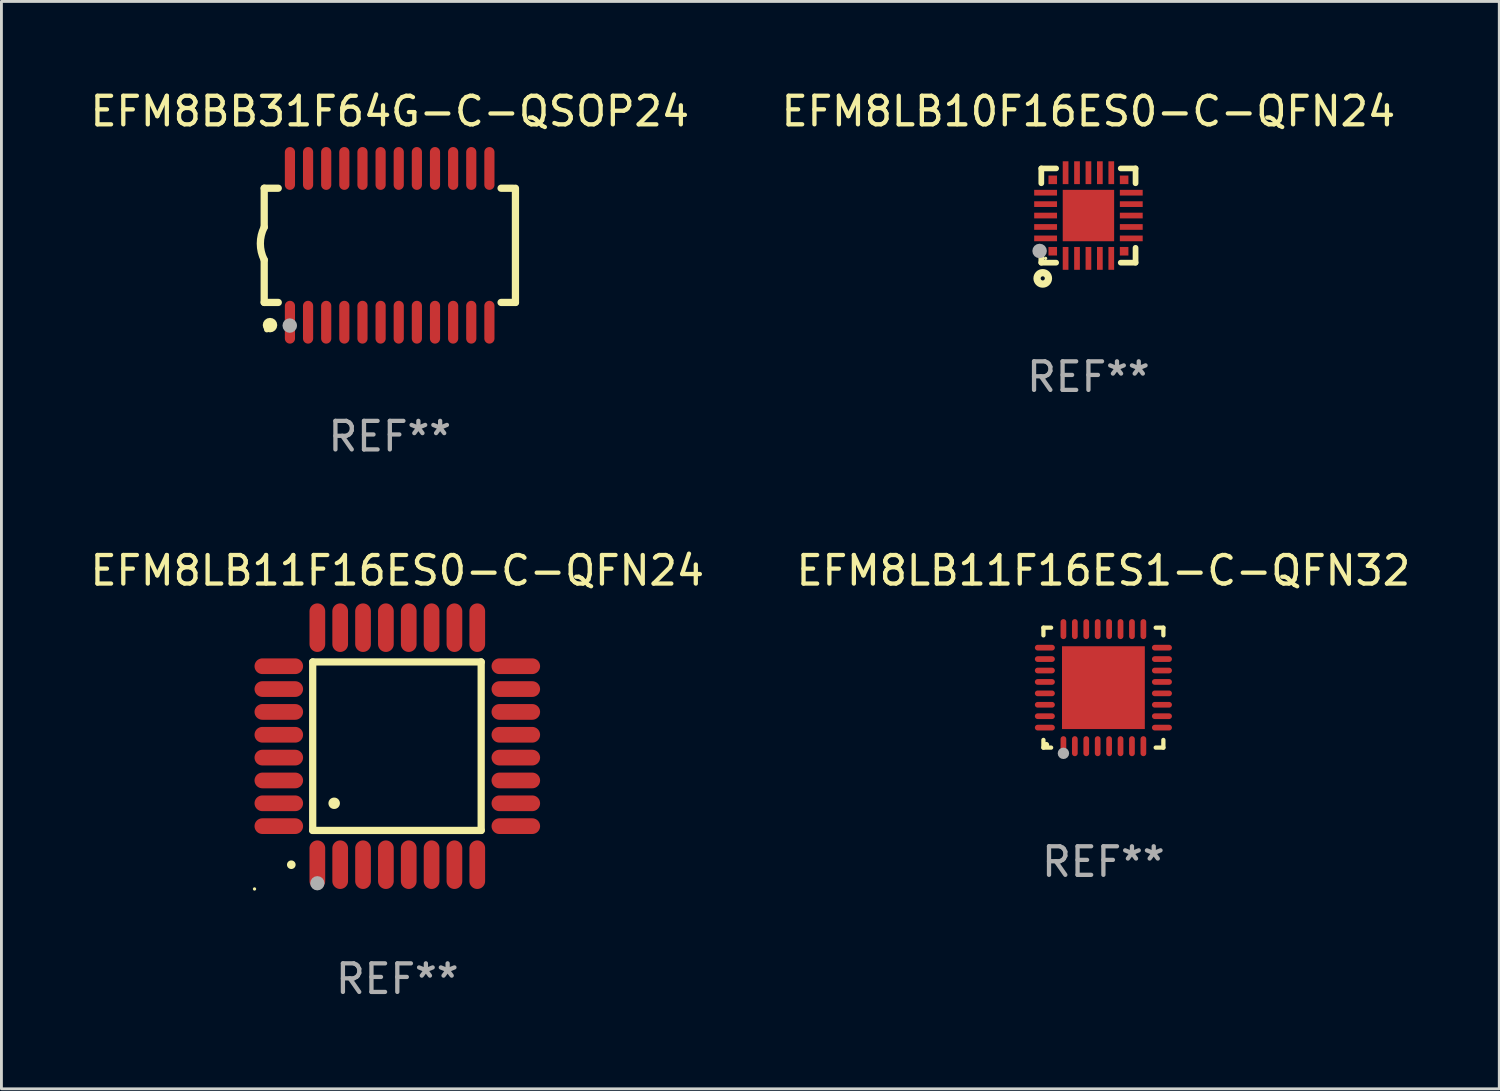
<source format=kicad_pcb>
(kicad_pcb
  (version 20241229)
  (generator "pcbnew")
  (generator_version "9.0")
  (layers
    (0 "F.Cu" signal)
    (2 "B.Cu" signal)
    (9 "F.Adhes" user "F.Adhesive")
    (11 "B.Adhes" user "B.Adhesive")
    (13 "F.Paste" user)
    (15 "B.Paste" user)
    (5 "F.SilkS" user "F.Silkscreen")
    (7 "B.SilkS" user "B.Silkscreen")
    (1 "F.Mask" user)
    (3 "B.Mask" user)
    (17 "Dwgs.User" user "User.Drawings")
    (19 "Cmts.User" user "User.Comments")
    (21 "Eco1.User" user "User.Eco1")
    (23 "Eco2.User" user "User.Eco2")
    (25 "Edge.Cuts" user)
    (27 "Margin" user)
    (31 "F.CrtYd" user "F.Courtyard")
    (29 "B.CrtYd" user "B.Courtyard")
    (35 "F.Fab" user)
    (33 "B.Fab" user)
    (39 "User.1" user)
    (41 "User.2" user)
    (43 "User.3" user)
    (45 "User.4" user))
  (footprint "EFM8LB10F16ES0-C-QFN24"
    (layer "F.Cu")
    (at 35.065 4.498)
    (property "Reference" "EFM8LB10F16ES0-C-QFN24" (at 0 -3.65 0) (layer "F.SilkS") (effects (font (size 1 1) (thickness 0.15))))
    (attr through_hole)
    (fp_line (start -1.65 -1.65) (end -1.65 -1.131) (stroke (width 0.2) (type solid)) (layer "F.SilkS"))
    (fp_line (start -1.65 -1.65) (end -1.131 -1.65) (stroke (width 0.2) (type solid)) (layer "F.SilkS"))
    (fp_line (start -1.65 1.131) (end -1.65 1.65) (stroke (width 0.2) (type solid)) (layer "F.SilkS"))
    (fp_line (start -1.65 1.65) (end -1.131 1.65) (stroke (width 0.2) (type solid)) (layer "F.SilkS"))
    (fp_line (start 1.131 -1.65) (end 1.65 -1.65) (stroke (width 0.2) (type solid)) (layer "F.SilkS"))
    (fp_line (start 1.131 1.65) (end 1.65 1.65) (stroke (width 0.2) (type solid)) (layer "F.SilkS"))
    (fp_line (start 1.65 -1.65) (end 1.65 -1.131) (stroke (width 0.2) (type solid)) (layer "F.SilkS"))
    (fp_line (start 1.65 1.131) (end 1.65 1.65) (stroke (width 0.2) (type solid)) (layer "F.SilkS"))
    (fp_circle (center -1.6 2.2) (end -1.4 2.2) (stroke (width 0.254) (type solid)) (fill no) (layer "F.SilkS"))
    (fp_circle (center -1.5 1.5) (end -1.47 1.5) (stroke (width 0.06) (type solid)) (fill no) (layer "F.SilkS"))
    (fp_circle (center -1.71 1.24) (end -1.583 1.24) (stroke (width 0.254) (type solid)) (fill no) (layer "F.Fab"))
    (fp_text user "REF**" (at 0 5.65 0) (layer "F.Fab") (effects (font (size 1 1) (thickness 0.15))))
    (pad "1" smd rect (at -1.25 1.25 90) (size 0.3 0.3) (layers "F.Cu" "F.Mask" "F.Paste"))
    (pad "2" smd rect (at -0.8 1.5) (size 0.2 0.8) (layers "F.Cu" "F.Mask" "F.Paste"))
    (pad "3" smd rect (at -0.4 1.5) (size 0.2 0.8) (layers "F.Cu" "F.Mask" "F.Paste"))
    (pad "4" smd rect (at 0.000051 1.5) (size 0.2 0.8) (layers "F.Cu" "F.Mask" "F.Paste"))
    (pad "5" smd rect (at 0.4 1.5) (size 0.2 0.8) (layers "F.Cu" "F.Mask" "F.Paste"))
    (pad "6" smd rect (at 0.8 1.5) (size 0.2 0.8) (layers "F.Cu" "F.Mask" "F.Paste"))
    (pad "7" smd rect (at 1.25 1.25 90) (size 0.3 0.3) (layers "F.Cu" "F.Mask" "F.Paste"))
    (pad "8" smd rect (at 1.5 0.8) (size 0.8 0.2) (layers "F.Cu" "F.Mask" "F.Paste"))
    (pad "9" smd rect (at 1.5 0.4) (size 0.8 0.2) (layers "F.Cu" "F.Mask" "F.Paste"))
    (pad "10" smd rect (at 1.5 0.000051) (size 0.8 0.2) (layers "F.Cu" "F.Mask" "F.Paste"))
    (pad "11" smd rect (at 1.5 -0.4) (size 0.8 0.2) (layers "F.Cu" "F.Mask" "F.Paste"))
    (pad "12" smd rect (at 1.5 -0.8) (size 0.8 0.2) (layers "F.Cu" "F.Mask" "F.Paste"))
    (pad "13" smd rect (at 1.25 -1.25 270) (size 0.3 0.3) (layers "F.Cu" "F.Mask" "F.Paste"))
    (pad "14" smd rect (at 0.8 -1.5) (size 0.2 0.8) (layers "F.Cu" "F.Mask" "F.Paste"))
    (pad "15" smd rect (at 0.4 -1.5) (size 0.2 0.8) (layers "F.Cu" "F.Mask" "F.Paste"))
    (pad "16" smd rect (at 0.000051 -1.5) (size 0.2 0.8) (layers "F.Cu" "F.Mask" "F.Paste"))
    (pad "17" smd rect (at -0.4 -1.5) (size 0.2 0.8) (layers "F.Cu" "F.Mask" "F.Paste"))
    (pad "18" smd rect (at -0.8 -1.5) (size 0.2 0.8) (layers "F.Cu" "F.Mask" "F.Paste"))
    (pad "19" smd rect (at -1.25 -1.25 90) (size 0.3 0.3) (layers "F.Cu" "F.Mask" "F.Paste"))
    (pad "20" smd rect (at -1.5 -0.8) (size 0.8 0.2) (layers "F.Cu" "F.Mask" "F.Paste"))
    (pad "21" smd rect (at -1.5 -0.4) (size 0.8 0.2) (layers "F.Cu" "F.Mask" "F.Paste"))
    (pad "22" smd rect (at -1.5 0.000051) (size 0.8 0.2) (layers "F.Cu" "F.Mask" "F.Paste"))
    (pad "23" smd rect (at -1.5 0.4) (size 0.8 0.2) (layers "F.Cu" "F.Mask" "F.Paste"))
    (pad "24" smd rect (at -1.5 0.8 180) (size 0.8 0.2) (layers "F.Cu" "F.Mask" "F.Paste"))
    (pad "25" smd rect (at 0.000051 0.000051) (size 1.8 1.8) (layers "F.Cu" "F.Mask" "F.Paste")))
  (footprint "EFM8LB11F16ES1-C-QFN32"
    (layer "F.Cu")
    (at 35.589 21.03)
    (property "Reference" "EFM8LB11F16ES1-C-QFN32" (at 0 -4.1 0) (layer "F.SilkS") (effects (font (size 1 1) (thickness 0.15))))
    (attr through_hole)
    (fp_line (start -2.1 -2.1) (end -1.831 -2.1) (stroke (width 0.15) (type solid)) (layer "F.SilkS"))
    (fp_line (start -2.1 -1.831) (end -2.1 -2.1) (stroke (width 0.15) (type solid)) (layer "F.SilkS"))
    (fp_line (start -2.1 2.1) (end -2.1 1.831) (stroke (width 0.15) (type solid)) (layer "F.SilkS"))
    (fp_line (start -1.831 2.1) (end -2.1 2.1) (stroke (width 0.15) (type solid)) (layer "F.SilkS"))
    (fp_line (start 1.831 -2.1) (end 2.1 -2.1) (stroke (width 0.15) (type solid)) (layer "F.SilkS"))
    (fp_line (start 2.1 -2.1) (end 2.1 -1.831) (stroke (width 0.15) (type solid)) (layer "F.SilkS"))
    (fp_line (start 2.1 1.831) (end 2.1 2.1) (stroke (width 0.15) (type solid)) (layer "F.SilkS"))
    (fp_line (start 2.1 2.1) (end 1.831 2.1) (stroke (width 0.15) (type solid)) (layer "F.SilkS"))
    (fp_circle (center -2 2) (end -1.95 2) (stroke (width 0.1) (type solid)) (fill no) (layer "F.SilkS"))
    (fp_circle (center -1.4 2.3) (end -1.3 2.3) (stroke (width 0.2) (type solid)) (fill no) (layer "F.Fab"))
    (fp_text user "REF**" (at 0 6.1 0) (layer "F.Fab") (effects (font (size 1 1) (thickness 0.15))))
    (pad "1" smd oval (at -1.4 2.05) (size 0.2 0.7) (layers "F.Cu" "F.Mask" "F.Paste"))
    (pad "2" smd oval (at -1 2.05) (size 0.2 0.7) (layers "F.Cu" "F.Mask" "F.Paste"))
    (pad "3" smd oval (at -0.6 2.05) (size 0.2 0.7) (layers "F.Cu" "F.Mask" "F.Paste"))
    (pad "4" smd oval (at -0.2 2.05) (size 0.2 0.7) (layers "F.Cu" "F.Mask" "F.Paste"))
    (pad "5" smd oval (at 0.2 2.05) (size 0.2 0.7) (layers "F.Cu" "F.Mask" "F.Paste"))
    (pad "6" smd oval (at 0.6 2.05) (size 0.2 0.7) (layers "F.Cu" "F.Mask" "F.Paste"))
    (pad "7" smd oval (at 1 2.05) (size 0.2 0.7) (layers "F.Cu" "F.Mask" "F.Paste"))
    (pad "8" smd oval (at 1.4 2.05) (size 0.2 0.7) (layers "F.Cu" "F.Mask" "F.Paste"))
    (pad "9" smd oval (at 2.05 1.4) (size 0.7 0.2) (layers "F.Cu" "F.Mask" "F.Paste"))
    (pad "10" smd oval (at 2.05 1) (size 0.7 0.2) (layers "F.Cu" "F.Mask" "F.Paste"))
    (pad "11" smd oval (at 2.05 0.6) (size 0.7 0.2) (layers "F.Cu" "F.Mask" "F.Paste"))
    (pad "12" smd oval (at 2.05 0.2) (size 0.7 0.2) (layers "F.Cu" "F.Mask" "F.Paste"))
    (pad "13" smd oval (at 2.05 -0.2) (size 0.7 0.2) (layers "F.Cu" "F.Mask" "F.Paste"))
    (pad "14" smd oval (at 2.05 -0.6) (size 0.7 0.2) (layers "F.Cu" "F.Mask" "F.Paste"))
    (pad "15" smd oval (at 2.05 -1) (size 0.7 0.2) (layers "F.Cu" "F.Mask" "F.Paste"))
    (pad "16" smd oval (at 2.05 -1.4) (size 0.7 0.2) (layers "F.Cu" "F.Mask" "F.Paste"))
    (pad "17" smd oval (at 1.4 -2.05) (size 0.2 0.7) (layers "F.Cu" "F.Mask" "F.Paste"))
    (pad "18" smd oval (at 1 -2.05) (size 0.2 0.7) (layers "F.Cu" "F.Mask" "F.Paste"))
    (pad "19" smd oval (at 0.6 -2.05) (size 0.2 0.7) (layers "F.Cu" "F.Mask" "F.Paste"))
    (pad "20" smd oval (at 0.2 -2.05) (size 0.2 0.7) (layers "F.Cu" "F.Mask" "F.Paste"))
    (pad "21" smd oval (at -0.2 -2.05) (size 0.2 0.7) (layers "F.Cu" "F.Mask" "F.Paste"))
    (pad "22" smd oval (at -0.6 -2.05) (size 0.2 0.7) (layers "F.Cu" "F.Mask" "F.Paste"))
    (pad "23" smd oval (at -1 -2.05) (size 0.2 0.7) (layers "F.Cu" "F.Mask" "F.Paste"))
    (pad "24" smd oval (at -1.4 -2.05) (size 0.2 0.7) (layers "F.Cu" "F.Mask" "F.Paste"))
    (pad "25" smd oval (at -2.05 -1.4) (size 0.7 0.2) (layers "F.Cu" "F.Mask" "F.Paste"))
    (pad "26" smd oval (at -2.05 -1) (size 0.7 0.2) (layers "F.Cu" "F.Mask" "F.Paste"))
    (pad "27" smd oval (at -2.05 -0.6) (size 0.7 0.2) (layers "F.Cu" "F.Mask" "F.Paste"))
    (pad "28" smd oval (at -2.05 -0.2) (size 0.7 0.2) (layers "F.Cu" "F.Mask" "F.Paste"))
    (pad "29" smd oval (at -2.05 0.2) (size 0.7 0.2) (layers "F.Cu" "F.Mask" "F.Paste"))
    (pad "30" smd oval (at -2.05 0.6) (size 0.7 0.2) (layers "F.Cu" "F.Mask" "F.Paste"))
    (pad "31" smd oval (at -2.05 1) (size 0.7 0.2) (layers "F.Cu" "F.Mask" "F.Paste"))
    (pad "32" smd oval (at -2.05 1.4) (size 0.7 0.2) (layers "F.Cu" "F.Mask" "F.Paste"))
    (pad "33" smd rect (at 0.000356 0.000254) (size 2.9 2.9) (layers "F.Cu" "F.Mask" "F.Paste")))
  (footprint "EFM8LB11F16ES0-C-QFN24"
    (layer "F.Cu")
    (at 10.863 23.08)
    (property "Reference" "EFM8LB11F16ES0-C-QFN24" (at 0 -6.15 0) (layer "F.SilkS") (effects (font (size 1 1) (thickness 0.15))))
    (attr through_hole)
    (fp_line (start -2.963 -2.95) (end -2.963 2.95) (stroke (width 0.254) (type solid)) (layer "F.SilkS"))
    (fp_line (start -2.963 2.95) (end 2.937 2.95) (stroke (width 0.254) (type solid)) (layer "F.SilkS"))
    (fp_line (start 2.937 -2.95) (end -2.963 -2.95) (stroke (width 0.254) (type solid)) (layer "F.SilkS"))
    (fp_line (start 2.937 2.95) (end 2.937 -2.95) (stroke (width 0.254) (type solid)) (layer "F.SilkS"))
    (fp_arc (start -3.713487 4.150368) (mid -3.712217 4.150363) (end -3.710947 4.150368) (stroke (width 0.3) (type solid)) (layer "F.SilkS"))
    (fp_arc (start -2.212344 1.998984) (mid -2.211074 1.99898) (end -2.209804 1.998984) (stroke (width 0.4) (type solid)) (layer "F.SilkS"))
    (fp_circle (center -5 5) (end -4.97 5) (stroke (width 0.06) (type solid)) (fill no) (layer "F.SilkS"))
    (fp_circle (center -2.8 4.8) (end -2.675 4.8) (stroke (width 0.25) (type solid)) (fill no) (layer "F.Fab"))
    (fp_text user "REF**" (at 0 8.15 0) (layer "F.Fab") (effects (font (size 1 1) (thickness 0.15))))
    (pad "1" smd oval (at -2.8 4.15 180) (size 0.55 1.7) (layers "F.Cu" "F.Mask" "F.Paste"))
    (pad "2" smd oval (at -2 4.15 180) (size 0.55 1.7) (layers "F.Cu" "F.Mask" "F.Paste"))
    (pad "3" smd oval (at -1.2 4.15 180) (size 0.55 1.7) (layers "F.Cu" "F.Mask" "F.Paste"))
    (pad "4" smd oval (at -0.4 4.15 180) (size 0.55 1.7) (layers "F.Cu" "F.Mask" "F.Paste"))
    (pad "5" smd oval (at 0.4 4.15 180) (size 0.55 1.7) (layers "F.Cu" "F.Mask" "F.Paste"))
    (pad "6" smd oval (at 1.2 4.15 180) (size 0.55 1.7) (layers "F.Cu" "F.Mask" "F.Paste"))
    (pad "7" smd oval (at 2 4.15 180) (size 0.55 1.7) (layers "F.Cu" "F.Mask" "F.Paste"))
    (pad "8" smd oval (at 2.8 4.15 180) (size 0.55 1.7) (layers "F.Cu" "F.Mask" "F.Paste"))
    (pad "9" smd oval (at 4.15 2.8 90) (size 0.55 1.7) (layers "F.Cu" "F.Mask" "F.Paste"))
    (pad "10" smd oval (at 4.15 2 90) (size 0.55 1.7) (layers "F.Cu" "F.Mask" "F.Paste"))
    (pad "11" smd oval (at 4.15 1.2 90) (size 0.55 1.7) (layers "F.Cu" "F.Mask" "F.Paste"))
    (pad "12" smd oval (at 4.15 0.4 90) (size 0.55 1.7) (layers "F.Cu" "F.Mask" "F.Paste"))
    (pad "13" smd oval (at 4.15 -0.4 90) (size 0.55 1.7) (layers "F.Cu" "F.Mask" "F.Paste"))
    (pad "14" smd oval (at 4.15 -1.2 90) (size 0.55 1.7) (layers "F.Cu" "F.Mask" "F.Paste"))
    (pad "15" smd oval (at 4.15 -2 90) (size 0.55 1.7) (layers "F.Cu" "F.Mask" "F.Paste"))
    (pad "16" smd oval (at 4.15 -2.8 90) (size 0.55 1.7) (layers "F.Cu" "F.Mask" "F.Paste"))
    (pad "17" smd oval (at 2.8 -4.15 180) (size 0.55 1.7) (layers "F.Cu" "F.Mask" "F.Paste"))
    (pad "18" smd oval (at 2 -4.15 180) (size 0.55 1.7) (layers "F.Cu" "F.Mask" "F.Paste"))
    (pad "19" smd oval (at 1.2 -4.15 180) (size 0.55 1.7) (layers "F.Cu" "F.Mask" "F.Paste"))
    (pad "20" smd oval (at 0.4 -4.15 180) (size 0.55 1.7) (layers "F.Cu" "F.Mask" "F.Paste"))
    (pad "21" smd oval (at -0.4 -4.15 180) (size 0.55 1.7) (layers "F.Cu" "F.Mask" "F.Paste"))
    (pad "22" smd oval (at -1.2 -4.15 180) (size 0.55 1.7) (layers "F.Cu" "F.Mask" "F.Paste"))
    (pad "23" smd oval (at -2 -4.15 180) (size 0.55 1.7) (layers "F.Cu" "F.Mask" "F.Paste"))
    (pad "24" smd oval (at -2.8 -4.15 180) (size 0.55 1.7) (layers "F.Cu" "F.Mask" "F.Paste"))
    (pad "25" smd oval (at -4.15 -2.8 90) (size 0.55 1.7) (layers "F.Cu" "F.Mask" "F.Paste"))
    (pad "26" smd oval (at -4.15 -2 90) (size 0.55 1.7) (layers "F.Cu" "F.Mask" "F.Paste"))
    (pad "27" smd oval (at -4.15 -1.2 90) (size 0.55 1.7) (layers "F.Cu" "F.Mask" "F.Paste"))
    (pad "28" smd oval (at -4.15 -0.4 90) (size 0.55 1.7) (layers "F.Cu" "F.Mask" "F.Paste"))
    (pad "29" smd oval (at -4.15 0.4 90) (size 0.55 1.7) (layers "F.Cu" "F.Mask" "F.Paste"))
    (pad "30" smd oval (at -4.15 1.2 90) (size 0.55 1.7) (layers "F.Cu" "F.Mask" "F.Paste"))
    (pad "31" smd oval (at -4.15 2 90) (size 0.55 1.7) (layers "F.Cu" "F.Mask" "F.Paste"))
    (pad "32" smd oval (at -4.15 2.8 90) (size 0.55 1.7) (layers "F.Cu" "F.Mask" "F.Paste")))
  (footprint "EFM8BB31F64G-C-QSOP24"
    (layer "F.Cu")
    (at 10.601 5.541)
    (property "Reference" "EFM8BB31F64G-C-QSOP24" (at 0 -4.692 0) (layer "F.SilkS") (effects (font (size 1 1) (thickness 0.15))))
    (attr through_hole)
    (fp_line (start -4.399 -2) (end -4.399 -0.635) (stroke (width 0.254) (type solid)) (layer "F.SilkS"))
    (fp_line (start -4.399 -2) (end -3.907 -2) (stroke (width 0.254) (type solid)) (layer "F.SilkS"))
    (fp_line (start -4.399 2) (end -4.399 0.508) (stroke (width 0.254) (type solid)) (layer "F.SilkS"))
    (fp_line (start -4.399 2) (end -3.907 2) (stroke (width 0.254) (type solid)) (layer "F.SilkS"))
    (fp_line (start 3.896 -2) (end 4.313 -2) (stroke (width 0.254) (type solid)) (layer "F.SilkS"))
    (fp_line (start 3.896 2) (end 4.399 2) (stroke (width 0.254) (type solid)) (layer "F.SilkS"))
    (fp_line (start 4.399 2) (end 4.399 -2) (stroke (width 0.254) (type solid)) (layer "F.SilkS"))
    (fp_arc (start -4.399301 0.508001) (mid -4.534214 -0.0635) (end -4.399301 -0.635001) (stroke (width 0.254001) (type solid)) (layer "F.SilkS"))
    (fp_circle (center -4.305 2.95) (end -4.255 2.95) (stroke (width 0.1) (type solid)) (fill no) (layer "F.SilkS"))
    (fp_circle (center -4.196 2.794) (end -4.069 2.794) (stroke (width 0.254) (type solid)) (fill no) (layer "F.SilkS"))
    (fp_circle (center -3.505 2.81) (end -3.378 2.81) (stroke (width 0.254) (type solid)) (fill no) (layer "F.Fab"))
    (fp_text user "REF**" (at 0 6.692 0) (layer "F.Fab") (effects (font (size 1 1) (thickness 0.15))))
    (pad "1" smd oval (at -3.498 2.692 90) (size 1.5 0.356) (layers "F.Cu" "F.Mask" "F.Paste"))
    (pad "2" smd oval (at -2.863 2.692 90) (size 1.5 0.356) (layers "F.Cu" "F.Mask" "F.Paste"))
    (pad "3" smd oval (at -2.228 2.692 90) (size 1.5 0.356) (layers "F.Cu" "F.Mask" "F.Paste"))
    (pad "4" smd oval (at -1.593 2.692 90) (size 1.5 0.356) (layers "F.Cu" "F.Mask" "F.Paste"))
    (pad "5" smd oval (at -0.958 2.692 90) (size 1.5 0.356) (layers "F.Cu" "F.Mask" "F.Paste"))
    (pad "6" smd oval (at -0.323 2.692 90) (size 1.5 0.356) (layers "F.Cu" "F.Mask" "F.Paste"))
    (pad "7" smd oval (at 0.312 2.692 90) (size 1.5 0.356) (layers "F.Cu" "F.Mask" "F.Paste"))
    (pad "8" smd oval (at 0.947 2.692 90) (size 1.5 0.356) (layers "F.Cu" "F.Mask" "F.Paste"))
    (pad "9" smd oval (at 1.582 2.692 90) (size 1.5 0.356) (layers "F.Cu" "F.Mask" "F.Paste"))
    (pad "10" smd oval (at 2.217 2.692 90) (size 1.5 0.356) (layers "F.Cu" "F.Mask" "F.Paste"))
    (pad "11" smd oval (at 2.852 2.692 90) (size 1.5 0.356) (layers "F.Cu" "F.Mask" "F.Paste"))
    (pad "12" smd oval (at 3.487 2.692 90) (size 1.5 0.356) (layers "F.Cu" "F.Mask" "F.Paste"))
    (pad "13" smd oval (at 3.487 -2.692 90) (size 1.5 0.356) (layers "F.Cu" "F.Mask" "F.Paste"))
    (pad "14" smd oval (at 2.852 -2.692 90) (size 1.5 0.356) (layers "F.Cu" "F.Mask" "F.Paste"))
    (pad "15" smd oval (at 2.217 -2.692 90) (size 1.5 0.356) (layers "F.Cu" "F.Mask" "F.Paste"))
    (pad "16" smd oval (at 1.582 -2.692 90) (size 1.5 0.356) (layers "F.Cu" "F.Mask" "F.Paste"))
    (pad "17" smd oval (at 0.947 -2.692 90) (size 1.5 0.356) (layers "F.Cu" "F.Mask" "F.Paste"))
    (pad "18" smd oval (at 0.312 -2.692 90) (size 1.5 0.356) (layers "F.Cu" "F.Mask" "F.Paste"))
    (pad "19" smd oval (at -0.323 -2.692 90) (size 1.5 0.356) (layers "F.Cu" "F.Mask" "F.Paste"))
    (pad "20" smd oval (at -0.958 -2.692 90) (size 1.5 0.356) (layers "F.Cu" "F.Mask" "F.Paste"))
    (pad "21" smd oval (at -1.593 -2.692 90) (size 1.5 0.356) (layers "F.Cu" "F.Mask" "F.Paste"))
    (pad "22" smd oval (at -2.228 -2.692 90) (size 1.5 0.356) (layers "F.Cu" "F.Mask" "F.Paste"))
    (pad "23" smd oval (at -2.863 -2.692 90) (size 1.5 0.356) (layers "F.Cu" "F.Mask" "F.Paste"))
    (pad "24" smd oval (at -3.498 -2.692 90) (size 1.5 0.356) (layers "F.Cu" "F.Mask" "F.Paste")))
  (gr_rect
    (start -3 -3)
    (end 49.452 35.078)
    (stroke (width 0.1) (type default))
    (fill no)
    (layer "Edge.Cuts")))
</source>
